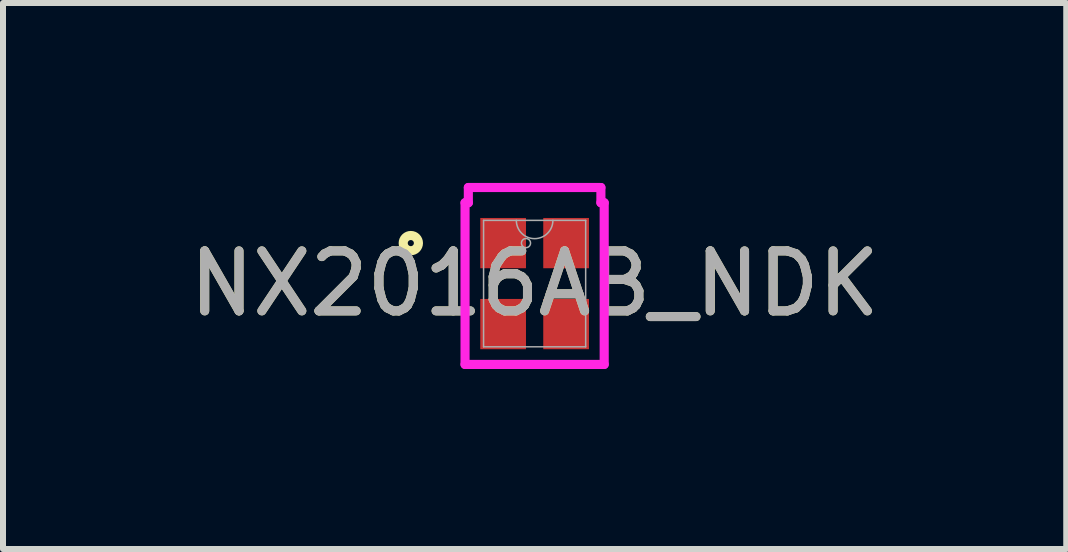
<source format=kicad_pcb>
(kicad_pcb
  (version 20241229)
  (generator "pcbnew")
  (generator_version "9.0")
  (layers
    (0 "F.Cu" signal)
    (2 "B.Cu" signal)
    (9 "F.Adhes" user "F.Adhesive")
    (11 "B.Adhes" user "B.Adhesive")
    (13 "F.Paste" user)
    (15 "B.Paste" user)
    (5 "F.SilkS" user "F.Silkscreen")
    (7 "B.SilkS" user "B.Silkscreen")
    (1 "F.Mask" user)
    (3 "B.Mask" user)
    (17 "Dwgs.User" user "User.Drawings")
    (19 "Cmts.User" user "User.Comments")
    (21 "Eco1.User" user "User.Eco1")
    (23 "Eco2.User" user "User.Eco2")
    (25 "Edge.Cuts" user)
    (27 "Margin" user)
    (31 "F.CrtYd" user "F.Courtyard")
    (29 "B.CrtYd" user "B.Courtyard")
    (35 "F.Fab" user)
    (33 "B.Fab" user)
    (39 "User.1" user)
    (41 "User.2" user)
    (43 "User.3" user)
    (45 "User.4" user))
  (footprint "NX2016AB_NDK"
    (layer "F.Cu")
    (at 5.863 1.678)
    (property "Reference" "NX2016AB_NDK" (at 0 0 0) (unlocked yes) (layer "F.SilkS") (effects (font (size 1 1) (thickness 0.15))))
    (attr smd)
    (fp_circle (center -2.064 -0.675) (end -1.937 -0.675) (stroke (width 0.152) (type solid)) (fill no) (layer "F.SilkS"))
    (fp_line (start -1.16 -1.348) (end -1.105 -1.348) (stroke (width 0.152) (type solid)) (layer "F.CrtYd"))
    (fp_line (start -1.16 1.348) (end -1.16 -1.348) (stroke (width 0.152) (type solid)) (layer "F.CrtYd"))
    (fp_line (start -1.16 1.348) (end -1.105 1.348) (stroke (width 0.152) (type solid)) (layer "F.CrtYd"))
    (fp_line (start -1.105 -1.602) (end 1.105 -1.602) (stroke (width 0.152) (type solid)) (layer "F.CrtYd"))
    (fp_line (start -1.105 -1.348) (end -1.105 -1.602) (stroke (width 0.152) (type solid)) (layer "F.CrtYd"))
    (fp_line (start -1.105 1.348) (end -1.105 1.348) (stroke (width 0.152) (type solid)) (layer "F.CrtYd"))
    (fp_line (start 1.105 -1.602) (end 1.105 -1.348) (stroke (width 0.152) (type solid)) (layer "F.CrtYd"))
    (fp_line (start 1.105 1.348) (end -1.105 1.348) (stroke (width 0.152) (type solid)) (layer "F.CrtYd"))
    (fp_line (start 1.105 1.348) (end 1.105 1.348) (stroke (width 0.152) (type solid)) (layer "F.CrtYd"))
    (fp_line (start 1.16 -1.348) (end 1.105 -1.348) (stroke (width 0.152) (type solid)) (layer "F.CrtYd"))
    (fp_line (start 1.16 -1.348) (end 1.16 1.348) (stroke (width 0.152) (type solid)) (layer "F.CrtYd"))
    (fp_line (start 1.16 1.348) (end 1.105 1.348) (stroke (width 0.152) (type solid)) (layer "F.CrtYd"))
    (fp_line (start -0.851 -1.054) (end -0.851 1.054) (stroke (width 0.025) (type solid)) (layer "F.Fab"))
    (fp_line (start -0.851 1.054) (end 0.851 1.054) (stroke (width 0.025) (type solid)) (layer "F.Fab"))
    (fp_line (start 0.851 -1.054) (end -0.851 -1.054) (stroke (width 0.025) (type solid)) (layer "F.Fab"))
    (fp_line (start 0.851 1.054) (end 0.851 -1.054) (stroke (width 0.025) (type solid)) (layer "F.Fab"))
    (fp_arc (start 0.3048 -1.0541) (mid 0 -0.7493) (end -0.3048 -1.0541) (stroke (width 0.0254) (type solid)) (layer "F.Fab"))
    (fp_circle (center -0.144 -0.675) (end -0.068 -0.675) (stroke (width 0.025) (type solid)) (fill no) (layer "F.Fab"))
    (fp_text user "${REFERENCE}" (at 0 0 0) (unlocked yes) (layer "F.Fab") (effects (font (size 1 1) (thickness 0.15))))
    (pad "1" smd rect (at -0.525 -0.675) (size 0.762 0.838) (layers "F.Cu" "F.Mask" "F.Paste"))
    (pad "2" smd rect (at -0.525 0.675) (size 0.762 0.838) (layers "F.Cu" "F.Mask" "F.Paste"))
    (pad "3" smd rect (at 0.525 0.675) (size 0.762 0.838) (layers "F.Cu" "F.Mask" "F.Paste"))
    (pad "4" smd rect (at 0.525 -0.675) (size 0.762 0.838) (layers "F.Cu" "F.Mask" "F.Paste")))
  (gr_rect
    (start -3 -3)
    (end 14.726 6.103)
    (stroke (width 0.1) (type default))
    (fill no)
    (layer "Edge.Cuts")))
</source>
